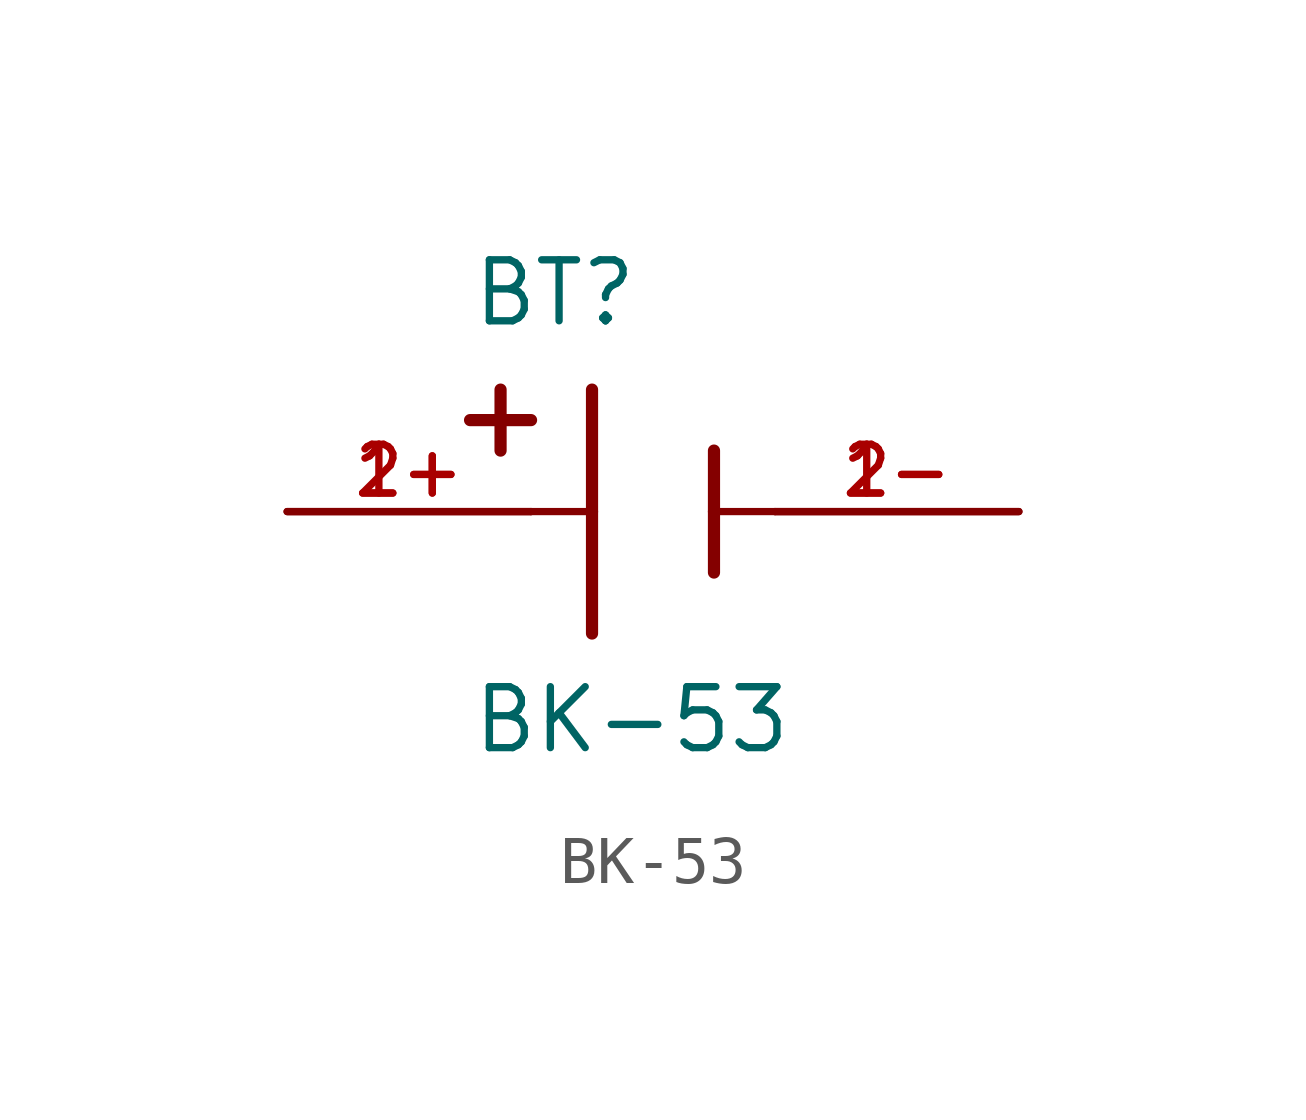
<source format=kicad_sym>
(kicad_symbol_lib
  (version 20211014)
  (generator kicad_symbol_editor)
  (symbol "BK-53"
    (pin_names
      (offset 1.016))
    (property "Reference" "BT"
      (at -3.81 3.81 0)
      (effects (font (size 1.27 1.27)) (justify bottom left)))
    (property "Value" "BK-53"
      (at -3.81 -5.08 0)
      (effects (font (size 1.27 1.27)) (justify bottom left)))
    (symbol "BK-53_0_0"
      (polyline (pts (xy -1.27 2.54) (xy -1.27 0.0)) (stroke (width 0.254)))
      (polyline (pts (xy -1.27 0.0) (xy -1.27 -2.54)) (stroke (width 0.254)))
      (polyline (pts (xy 1.27 1.27) (xy 1.27 0.0)) (stroke (width 0.254)))
      (polyline (pts (xy 1.27 0.0) (xy 1.27 -1.27)) (stroke (width 0.254)))
      (polyline (pts (xy -1.27 0.0) (xy -2.54 0.0)) (stroke (width 0.152)))
      (polyline (pts (xy 1.27 0.0) (xy 2.54 0.0)) (stroke (width 0.152)))
      (polyline (pts (xy -3.175 2.54) (xy -3.175 1.27)) (stroke (width 0.254)))
      (polyline (pts (xy -3.81 1.905) (xy -2.54 1.905)) (stroke (width 0.254)))
      (pin passive line (at -7.62 0.0 0) (length 5.08) (name "~" (effects (font (size 1.016 1.016)))) (number "1+" (effects (font (size 1.016 1.016)))))
      (pin passive line (at -7.62 0.0 0) (length 5.08) (name "~" (effects (font (size 1.016 1.016)))) (number "2+" (effects (font (size 1.016 1.016)))))
      (pin passive line (at 7.62 0.0 180.0) (length 5.08) (name "~" (effects (font (size 1.016 1.016)))) (number "1-" (effects (font (size 1.016 1.016)))))
      (pin passive line (at 7.62 0.0 180.0) (length 5.08) (name "~" (effects (font (size 1.016 1.016)))) (number "2-" (effects (font (size 1.016 1.016))))))))
</source>
